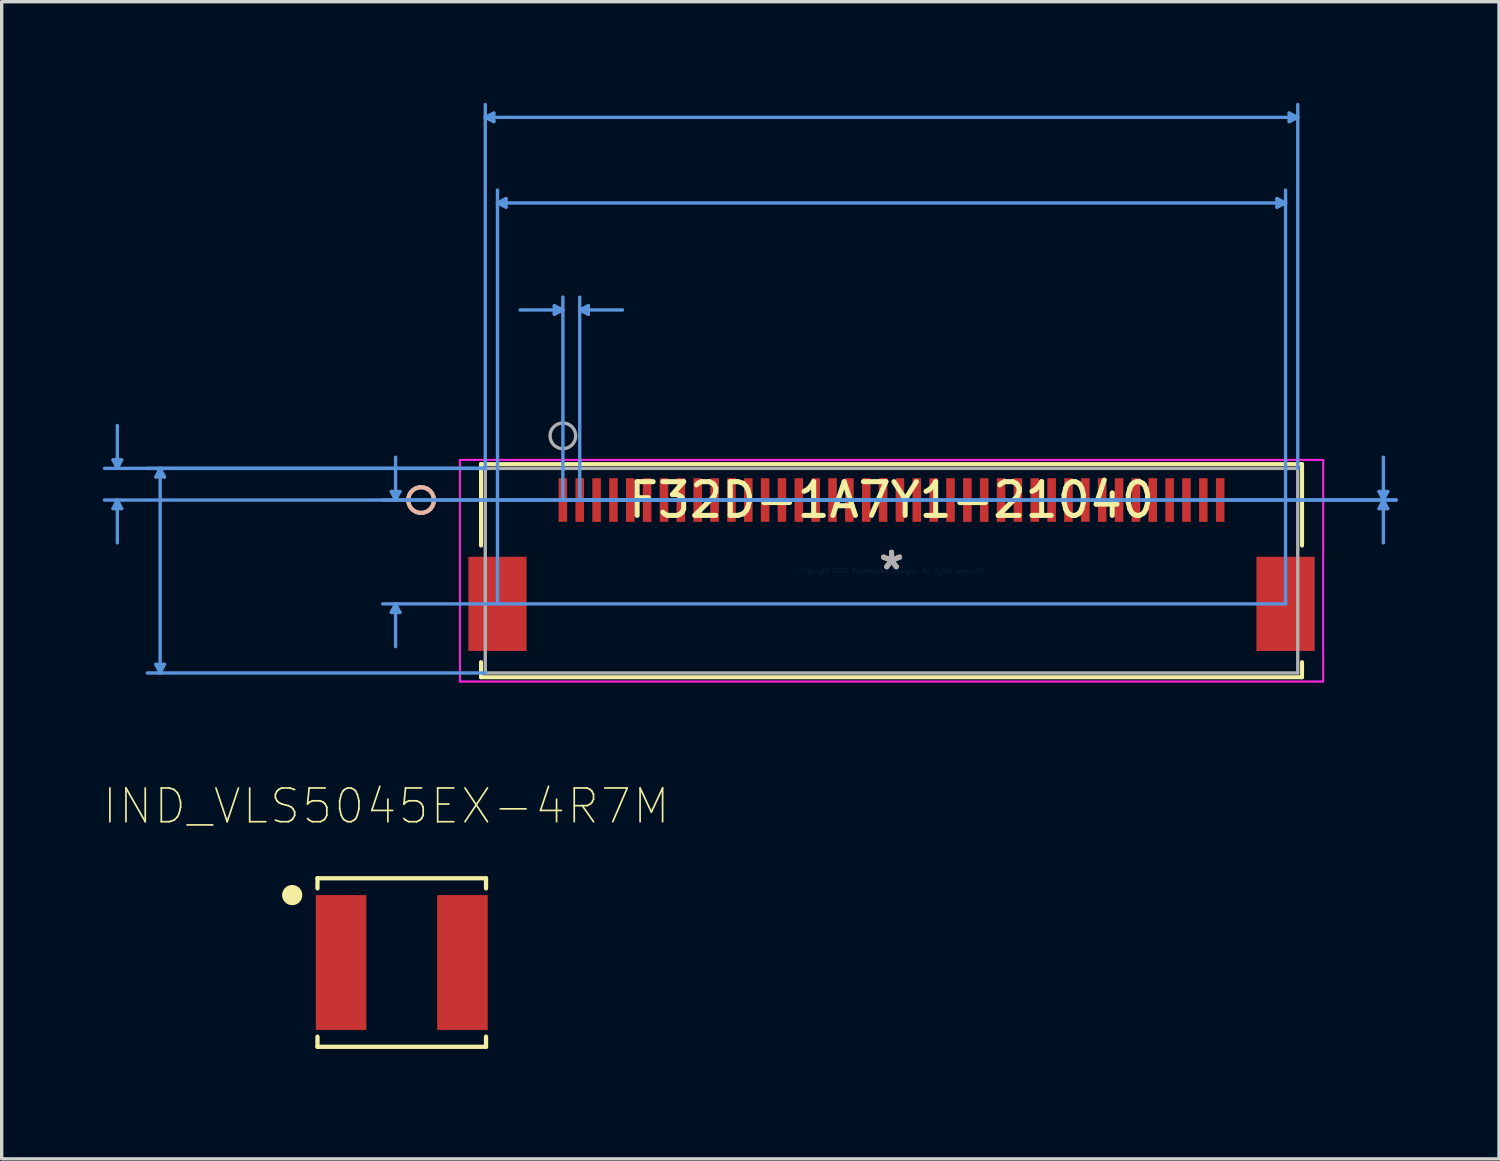
<source format=kicad_pcb>
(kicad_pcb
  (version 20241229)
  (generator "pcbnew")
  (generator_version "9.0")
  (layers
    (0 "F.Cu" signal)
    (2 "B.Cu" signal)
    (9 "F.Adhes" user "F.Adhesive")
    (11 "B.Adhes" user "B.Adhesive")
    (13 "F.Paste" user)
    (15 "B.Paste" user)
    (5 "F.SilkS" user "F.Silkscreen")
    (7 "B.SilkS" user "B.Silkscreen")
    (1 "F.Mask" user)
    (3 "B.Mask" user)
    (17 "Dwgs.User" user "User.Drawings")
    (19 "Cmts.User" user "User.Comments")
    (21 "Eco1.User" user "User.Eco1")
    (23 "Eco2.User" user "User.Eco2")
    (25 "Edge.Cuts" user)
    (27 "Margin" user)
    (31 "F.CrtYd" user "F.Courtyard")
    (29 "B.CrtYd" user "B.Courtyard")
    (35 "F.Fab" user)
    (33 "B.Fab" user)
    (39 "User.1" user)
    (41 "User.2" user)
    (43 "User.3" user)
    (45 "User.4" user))
  (footprint "F32D-1A7Y1-21040"
    (layer "F.Cu")
    (at 23.399 13.88)
    (property "Reference" "F32D-1A7Y1-21040" (at 0 -2.095 0) (layer "F.SilkS") (effects (font (size 1 1) (thickness 0.15))))
    (attr through_hole)
    (fp_line (start -12.179 -3.162) (end -12.179 -0.745) (stroke (width 0.12) (type solid)) (layer "F.SilkS"))
    (fp_line (start -12.179 2.714) (end -12.179 3.162) (stroke (width 0.12) (type solid)) (layer "F.SilkS"))
    (fp_line (start -12.179 3.162) (end 12.179 3.162) (stroke (width 0.12) (type solid)) (layer "F.SilkS"))
    (fp_line (start 12.179 -3.162) (end -12.179 -3.162) (stroke (width 0.12) (type solid)) (layer "F.SilkS"))
    (fp_line (start 12.179 -0.745) (end 12.179 -3.162) (stroke (width 0.12) (type solid)) (layer "F.SilkS"))
    (fp_line (start 12.179 3.162) (end 12.179 2.714) (stroke (width 0.12) (type solid)) (layer "F.SilkS"))
    (fp_circle (center -13.957 -2.095) (end -13.576 -2.095) (stroke (width 0.12) (type solid)) (fill no) (layer "F.SilkS"))
    (fp_circle (center -13.957 -2.095) (end -13.576 -2.095) (stroke (width 0.12) (type solid)) (fill no) (layer "B.SilkS"))
    (fp_line (start -23.095 -3.289) (end -22.841 -3.289) (stroke (width 0.1) (type solid)) (layer "Cmts.User"))
    (fp_line (start -23.095 -1.841) (end -22.841 -1.841) (stroke (width 0.1) (type solid)) (layer "Cmts.User"))
    (fp_line (start -22.968 -3.035) (end -23.095 -3.289) (stroke (width 0.1) (type solid)) (layer "Cmts.User"))
    (fp_line (start -22.968 -3.035) (end -22.968 -4.305) (stroke (width 0.1) (type solid)) (layer "Cmts.User"))
    (fp_line (start -22.968 -3.035) (end -22.841 -3.289) (stroke (width 0.1) (type solid)) (layer "Cmts.User"))
    (fp_line (start -22.968 -2.095) (end -23.095 -1.841) (stroke (width 0.1) (type solid)) (layer "Cmts.User"))
    (fp_line (start -22.968 -2.095) (end -22.968 -0.825) (stroke (width 0.1) (type solid)) (layer "Cmts.User"))
    (fp_line (start -22.968 -2.095) (end -22.841 -1.841) (stroke (width 0.1) (type solid)) (layer "Cmts.User"))
    (fp_line (start -21.825 -2.781) (end -21.571 -2.781) (stroke (width 0.1) (type solid)) (layer "Cmts.User"))
    (fp_line (start -21.825 2.781) (end -21.571 2.781) (stroke (width 0.1) (type solid)) (layer "Cmts.User"))
    (fp_line (start -21.698 -3.035) (end -21.825 -2.781) (stroke (width 0.1) (type solid)) (layer "Cmts.User"))
    (fp_line (start -21.698 -3.035) (end -21.698 3.035) (stroke (width 0.1) (type solid)) (layer "Cmts.User"))
    (fp_line (start -21.698 -3.035) (end -21.571 -2.781) (stroke (width 0.1) (type solid)) (layer "Cmts.User"))
    (fp_line (start -21.698 3.035) (end -21.825 2.781) (stroke (width 0.1) (type solid)) (layer "Cmts.User"))
    (fp_line (start -21.698 3.035) (end -21.571 2.781) (stroke (width 0.1) (type solid)) (layer "Cmts.User"))
    (fp_line (start -14.84 -2.349) (end -14.586 -2.349) (stroke (width 0.1) (type solid)) (layer "Cmts.User"))
    (fp_line (start -14.84 1.239) (end -14.586 1.239) (stroke (width 0.1) (type solid)) (layer "Cmts.User"))
    (fp_line (start -14.713 -2.095) (end -14.84 -2.349) (stroke (width 0.1) (type solid)) (layer "Cmts.User"))
    (fp_line (start -14.713 -2.095) (end -14.713 -3.365) (stroke (width 0.1) (type solid)) (layer "Cmts.User"))
    (fp_line (start -14.713 -2.095) (end -14.586 -2.349) (stroke (width 0.1) (type solid)) (layer "Cmts.User"))
    (fp_line (start -14.713 0.985) (end -14.84 1.239) (stroke (width 0.1) (type solid)) (layer "Cmts.User"))
    (fp_line (start -14.713 0.985) (end -14.713 2.255) (stroke (width 0.1) (type solid)) (layer "Cmts.User"))
    (fp_line (start -14.713 0.985) (end -14.586 1.239) (stroke (width 0.1) (type solid)) (layer "Cmts.User"))
    (fp_line (start -12.052 -13.449) (end -11.798 -13.576) (stroke (width 0.1) (type solid)) (layer "Cmts.User"))
    (fp_line (start -12.052 -13.449) (end -11.798 -13.322) (stroke (width 0.1) (type solid)) (layer "Cmts.User"))
    (fp_line (start -12.052 -13.449) (end 12.052 -13.449) (stroke (width 0.1) (type solid)) (layer "Cmts.User"))
    (fp_line (start -12.052 -3.035) (end -23.349 -3.035) (stroke (width 0.1) (type solid)) (layer "Cmts.User"))
    (fp_line (start -12.052 -3.035) (end -22.079 -3.035) (stroke (width 0.1) (type solid)) (layer "Cmts.User"))
    (fp_line (start -12.052 -3.035) (end -12.052 -13.83) (stroke (width 0.1) (type solid)) (layer "Cmts.User"))
    (fp_line (start -12.052 3.035) (end -22.079 3.035) (stroke (width 0.1) (type solid)) (layer "Cmts.User"))
    (fp_line (start -11.798 -13.576) (end -11.798 -13.322) (stroke (width 0.1) (type solid)) (layer "Cmts.User"))
    (fp_line (start -11.69 -10.909) (end -11.436 -11.036) (stroke (width 0.1) (type solid)) (layer "Cmts.User"))
    (fp_line (start -11.69 -10.909) (end -11.436 -10.782) (stroke (width 0.1) (type solid)) (layer "Cmts.User"))
    (fp_line (start -11.69 -10.909) (end 11.69 -10.909) (stroke (width 0.1) (type solid)) (layer "Cmts.User"))
    (fp_line (start -11.69 0.985) (end -11.69 -11.29) (stroke (width 0.1) (type solid)) (layer "Cmts.User"))
    (fp_line (start -11.436 -11.036) (end -11.436 -10.782) (stroke (width 0.1) (type solid)) (layer "Cmts.User"))
    (fp_line (start -10.004 -7.861) (end -10.004 -7.607) (stroke (width 0.1) (type solid)) (layer "Cmts.User"))
    (fp_line (start -9.75 -7.734) (end -11.02 -7.734) (stroke (width 0.1) (type solid)) (layer "Cmts.User"))
    (fp_line (start -9.75 -7.734) (end -10.004 -7.861) (stroke (width 0.1) (type solid)) (layer "Cmts.User"))
    (fp_line (start -9.75 -7.734) (end -10.004 -7.607) (stroke (width 0.1) (type solid)) (layer "Cmts.User"))
    (fp_line (start -9.75 -2.095) (end -9.75 -8.115) (stroke (width 0.1) (type solid)) (layer "Cmts.User"))
    (fp_line (start -9.75 -2.095) (end 14.973 -2.095) (stroke (width 0.1) (type solid)) (layer "Cmts.User"))
    (fp_line (start -9.75 -2.095) (end 14.973 -2.095) (stroke (width 0.1) (type solid)) (layer "Cmts.User"))
    (fp_line (start -9.25 -7.734) (end -8.996 -7.861) (stroke (width 0.1) (type solid)) (layer "Cmts.User"))
    (fp_line (start -9.25 -7.734) (end -8.996 -7.607) (stroke (width 0.1) (type solid)) (layer "Cmts.User"))
    (fp_line (start -9.25 -7.734) (end -7.98 -7.734) (stroke (width 0.1) (type solid)) (layer "Cmts.User"))
    (fp_line (start -9.25 -2.095) (end -9.25 -8.115) (stroke (width 0.1) (type solid)) (layer "Cmts.User"))
    (fp_line (start -8.996 -7.861) (end -8.996 -7.607) (stroke (width 0.1) (type solid)) (layer "Cmts.User"))
    (fp_line (start 0 -2.095) (end -23.349 -2.095) (stroke (width 0.1) (type solid)) (layer "Cmts.User"))
    (fp_line (start 0 -2.095) (end -15.094 -2.095) (stroke (width 0.1) (type solid)) (layer "Cmts.User"))
    (fp_line (start 11.436 -11.036) (end 11.436 -10.782) (stroke (width 0.1) (type solid)) (layer "Cmts.User"))
    (fp_line (start 11.69 -10.909) (end 11.436 -11.036) (stroke (width 0.1) (type solid)) (layer "Cmts.User"))
    (fp_line (start 11.69 -10.909) (end 11.436 -10.782) (stroke (width 0.1) (type solid)) (layer "Cmts.User"))
    (fp_line (start 11.69 0.985) (end -15.094 0.985) (stroke (width 0.1) (type solid)) (layer "Cmts.User"))
    (fp_line (start 11.69 0.985) (end 11.69 -11.29) (stroke (width 0.1) (type solid)) (layer "Cmts.User"))
    (fp_line (start 11.798 -13.576) (end 11.798 -13.322) (stroke (width 0.1) (type solid)) (layer "Cmts.User"))
    (fp_line (start 12.052 -13.449) (end 11.798 -13.576) (stroke (width 0.1) (type solid)) (layer "Cmts.User"))
    (fp_line (start 12.052 -13.449) (end 11.798 -13.322) (stroke (width 0.1) (type solid)) (layer "Cmts.User"))
    (fp_line (start 12.052 -3.035) (end 12.052 -13.83) (stroke (width 0.1) (type solid)) (layer "Cmts.User"))
    (fp_line (start 14.465 -2.349) (end 14.719 -2.349) (stroke (width 0.1) (type solid)) (layer "Cmts.User"))
    (fp_line (start 14.465 -1.841) (end 14.719 -1.841) (stroke (width 0.1) (type solid)) (layer "Cmts.User"))
    (fp_line (start 14.592 -2.095) (end 14.465 -2.349) (stroke (width 0.1) (type solid)) (layer "Cmts.User"))
    (fp_line (start 14.592 -2.095) (end 14.465 -1.841) (stroke (width 0.1) (type solid)) (layer "Cmts.User"))
    (fp_line (start 14.592 -2.095) (end 14.592 -3.365) (stroke (width 0.1) (type solid)) (layer "Cmts.User"))
    (fp_line (start 14.592 -2.095) (end 14.592 -0.825) (stroke (width 0.1) (type solid)) (layer "Cmts.User"))
    (fp_line (start 14.592 -2.095) (end 14.719 -2.349) (stroke (width 0.1) (type solid)) (layer "Cmts.User"))
    (fp_line (start 14.592 -2.095) (end 14.719 -1.841) (stroke (width 0.1) (type solid)) (layer "Cmts.User"))
    (fp_line (start -12.808 -3.289) (end -12.808 3.289) (stroke (width 0.05) (type solid)) (layer "F.CrtYd"))
    (fp_line (start -12.808 -3.289) (end -12.808 3.289) (stroke (width 0.05) (type solid)) (layer "F.CrtYd"))
    (fp_line (start -12.808 3.289) (end 12.808 3.289) (stroke (width 0.05) (type solid)) (layer "F.CrtYd"))
    (fp_line (start -12.808 3.289) (end 12.808 3.289) (stroke (width 0.05) (type solid)) (layer "F.CrtYd"))
    (fp_line (start 12.808 -3.289) (end -12.808 -3.289) (stroke (width 0.05) (type solid)) (layer "F.CrtYd"))
    (fp_line (start 12.808 -3.289) (end -12.808 -3.289) (stroke (width 0.05) (type solid)) (layer "F.CrtYd"))
    (fp_line (start 12.808 3.289) (end 12.808 -3.289) (stroke (width 0.05) (type solid)) (layer "F.CrtYd"))
    (fp_line (start 12.808 3.289) (end 12.808 -3.289) (stroke (width 0.05) (type solid)) (layer "F.CrtYd"))
    (fp_line (start -12.052 -3.035) (end -12.052 3.035) (stroke (width 0.1) (type solid)) (layer "F.Fab"))
    (fp_line (start -12.052 3.035) (end 12.052 3.035) (stroke (width 0.1) (type solid)) (layer "F.Fab"))
    (fp_line (start 12.052 -3.035) (end -12.052 -3.035) (stroke (width 0.1) (type solid)) (layer "F.Fab"))
    (fp_line (start 12.052 3.035) (end 12.052 -3.035) (stroke (width 0.1) (type solid)) (layer "F.Fab"))
    (fp_circle (center -9.75 -4) (end -9.369 -4) (stroke (width 0.1) (type solid)) (fill no) (layer "F.Fab"))
    (fp_text user "*" (at 0 0 0) (layer "F.SilkS") (effects (font (size 1 1) (thickness 0.15))))
    (fp_text user "Copyright 2021 Accelerated Designs. All rights reserved." (at 0 0 0) (layer "Cmts.User") (effects (font (size 0.127 0.127) (thickness 0.002))))
    (fp_text user "*" (at 0 0 0) (layer "F.Fab") (effects (font (size 1 1) (thickness 0.15))))
    (pad "1" smd rect (at -9.75 -2.095) (size 0.254 1.295) (layers "F.Cu" "F.Mask" "F.Paste"))
    (pad "2" smd rect (at -9.25 -2.095) (size 0.254 1.295) (layers "F.Cu" "F.Mask" "F.Paste"))
    (pad "3" smd rect (at -8.75 -2.095) (size 0.254 1.295) (layers "F.Cu" "F.Mask" "F.Paste"))
    (pad "4" smd rect (at -8.25 -2.095) (size 0.254 1.295) (layers "F.Cu" "F.Mask" "F.Paste"))
    (pad "5" smd rect (at -7.75 -2.095) (size 0.254 1.295) (layers "F.Cu" "F.Mask" "F.Paste"))
    (pad "6" smd rect (at -7.25 -2.095) (size 0.254 1.295) (layers "F.Cu" "F.Mask" "F.Paste"))
    (pad "7" smd rect (at -6.75 -2.095) (size 0.254 1.295) (layers "F.Cu" "F.Mask" "F.Paste"))
    (pad "8" smd rect (at -6.25 -2.095) (size 0.254 1.295) (layers "F.Cu" "F.Mask" "F.Paste"))
    (pad "9" smd rect (at -5.75 -2.095) (size 0.254 1.295) (layers "F.Cu" "F.Mask" "F.Paste"))
    (pad "10" smd rect (at -5.25 -2.095) (size 0.254 1.295) (layers "F.Cu" "F.Mask" "F.Paste"))
    (pad "11" smd rect (at -4.75 -2.095) (size 0.254 1.295) (layers "F.Cu" "F.Mask" "F.Paste"))
    (pad "12" smd rect (at -4.25 -2.095) (size 0.254 1.295) (layers "F.Cu" "F.Mask" "F.Paste"))
    (pad "13" smd rect (at -3.75 -2.095) (size 0.254 1.295) (layers "F.Cu" "F.Mask" "F.Paste"))
    (pad "14" smd rect (at -3.25 -2.095) (size 0.254 1.295) (layers "F.Cu" "F.Mask" "F.Paste"))
    (pad "15" smd rect (at -2.75 -2.095) (size 0.254 1.295) (layers "F.Cu" "F.Mask" "F.Paste"))
    (pad "16" smd rect (at -2.25 -2.095) (size 0.254 1.295) (layers "F.Cu" "F.Mask" "F.Paste"))
    (pad "17" smd rect (at -1.75 -2.095) (size 0.254 1.295) (layers "F.Cu" "F.Mask" "F.Paste"))
    (pad "18" smd rect (at -1.25 -2.095) (size 0.254 1.295) (layers "F.Cu" "F.Mask" "F.Paste"))
    (pad "19" smd rect (at -0.75 -2.095) (size 0.254 1.295) (layers "F.Cu" "F.Mask" "F.Paste"))
    (pad "20" smd rect (at -0.25 -2.095) (size 0.254 1.295) (layers "F.Cu" "F.Mask" "F.Paste"))
    (pad "21" smd rect (at 0.25 -2.095) (size 0.254 1.295) (layers "F.Cu" "F.Mask" "F.Paste"))
    (pad "22" smd rect (at 0.75 -2.095) (size 0.254 1.295) (layers "F.Cu" "F.Mask" "F.Paste"))
    (pad "23" smd rect (at 1.25 -2.095) (size 0.254 1.295) (layers "F.Cu" "F.Mask" "F.Paste"))
    (pad "24" smd rect (at 1.75 -2.095) (size 0.254 1.295) (layers "F.Cu" "F.Mask" "F.Paste"))
    (pad "25" smd rect (at 2.25 -2.095) (size 0.254 1.295) (layers "F.Cu" "F.Mask" "F.Paste"))
    (pad "26" smd rect (at 2.75 -2.095) (size 0.254 1.295) (layers "F.Cu" "F.Mask" "F.Paste"))
    (pad "27" smd rect (at 3.25 -2.095) (size 0.254 1.295) (layers "F.Cu" "F.Mask" "F.Paste"))
    (pad "28" smd rect (at 3.75 -2.095) (size 0.254 1.295) (layers "F.Cu" "F.Mask" "F.Paste"))
    (pad "29" smd rect (at 4.25 -2.095) (size 0.254 1.295) (layers "F.Cu" "F.Mask" "F.Paste"))
    (pad "30" smd rect (at 4.75 -2.095) (size 0.254 1.295) (layers "F.Cu" "F.Mask" "F.Paste"))
    (pad "31" smd rect (at 5.25 -2.095) (size 0.254 1.295) (layers "F.Cu" "F.Mask" "F.Paste"))
    (pad "32" smd rect (at 5.75 -2.095) (size 0.254 1.295) (layers "F.Cu" "F.Mask" "F.Paste"))
    (pad "33" smd rect (at 6.25 -2.095) (size 0.254 1.295) (layers "F.Cu" "F.Mask" "F.Paste"))
    (pad "34" smd rect (at 6.75 -2.095) (size 0.254 1.295) (layers "F.Cu" "F.Mask" "F.Paste"))
    (pad "35" smd rect (at 7.25 -2.095) (size 0.254 1.295) (layers "F.Cu" "F.Mask" "F.Paste"))
    (pad "36" smd rect (at 7.75 -2.095) (size 0.254 1.295) (layers "F.Cu" "F.Mask" "F.Paste"))
    (pad "37" smd rect (at 8.25 -2.095) (size 0.254 1.295) (layers "F.Cu" "F.Mask" "F.Paste"))
    (pad "38" smd rect (at 8.75 -2.095) (size 0.254 1.295) (layers "F.Cu" "F.Mask" "F.Paste"))
    (pad "39" smd rect (at 9.25 -2.095) (size 0.254 1.295) (layers "F.Cu" "F.Mask" "F.Paste"))
    (pad "40" smd rect (at 9.75 -2.095) (size 0.254 1.295) (layers "F.Cu" "F.Mask" "F.Paste"))
    (pad "41" smd rect (at -11.69 0.985) (size 1.727 2.794) (layers "F.Cu" "F.Mask" "F.Paste"))
    (pad "42" smd rect (at 11.69 0.985) (size 1.727 2.794) (layers "F.Cu" "F.Mask" "F.Paste")))
  (footprint "IND_VLS5045EX-4R7M"
    (layer "F.Cu")
    (at 8.869 25.505)
    (property "Reference" "IND_VLS5045EX-4R7M" (at -0.46 -4.638 0) (layer "F.SilkS") (effects (font (size 1.001 1.001) (thickness 0.05))))
    (attr smd)
    (fp_line (start -2.5 -2.5) (end -2.5 -2.2) (stroke (width 0.127) (type solid)) (layer "F.SilkS"))
    (fp_line (start -2.5 -2.5) (end 2.5 -2.5) (stroke (width 0.127) (type solid)) (layer "F.SilkS"))
    (fp_line (start -2.5 2.5) (end -2.5 2.2) (stroke (width 0.127) (type solid)) (layer "F.SilkS"))
    (fp_line (start -2.5 2.5) (end 2.5 2.5) (stroke (width 0.127) (type solid)) (layer "F.SilkS"))
    (fp_line (start 2.5 -2.5) (end 2.5 -2.2) (stroke (width 0.127) (type solid)) (layer "F.SilkS"))
    (fp_line (start 2.5 2.5) (end 2.5 2.2) (stroke (width 0.127) (type solid)) (layer "F.SilkS"))
    (fp_circle (center -3.25 -2) (end -3.1 -2) (stroke (width 0.3) (type solid)) (fill no) (layer "F.SilkS"))
    (fp_line (start -2.8 -2.8) (end 2.8 -2.8) (stroke (width 0.05) (type solid)) (layer "Eco1.User"))
    (fp_line (start -2.8 2.8) (end -2.8 -2.8) (stroke (width 0.05) (type solid)) (layer "Eco1.User"))
    (fp_line (start 2.8 -2.8) (end 2.8 2.8) (stroke (width 0.05) (type solid)) (layer "Eco1.User"))
    (fp_line (start 2.8 2.8) (end -2.8 2.8) (stroke (width 0.05) (type solid)) (layer "Eco1.User"))
    (fp_line (start -2.5 -2.5) (end 2.5 -2.5) (stroke (width 0.127) (type solid)) (layer "Eco2.User"))
    (fp_line (start -2.5 2.5) (end -2.5 -2.5) (stroke (width 0.127) (type solid)) (layer "Eco2.User"))
    (fp_line (start 2.5 -2.5) (end 2.5 2.5) (stroke (width 0.127) (type solid)) (layer "Eco2.User"))
    (fp_line (start 2.5 2.5) (end -2.5 2.5) (stroke (width 0.127) (type solid)) (layer "Eco2.User"))
    (pad "1" smd rect (at -1.8 0 90) (size 4 1.5) (layers "F.Cu" "F.Paste"))
    (pad "2" smd rect (at 1.8 0 90) (size 4 1.5) (layers "F.Cu" "F.Paste")))
  (gr_rect
    (start -3 -3)
    (end 41.422 31.33)
    (stroke (width 0.1) (type default))
    (fill no)
    (layer "Edge.Cuts")))
</source>
